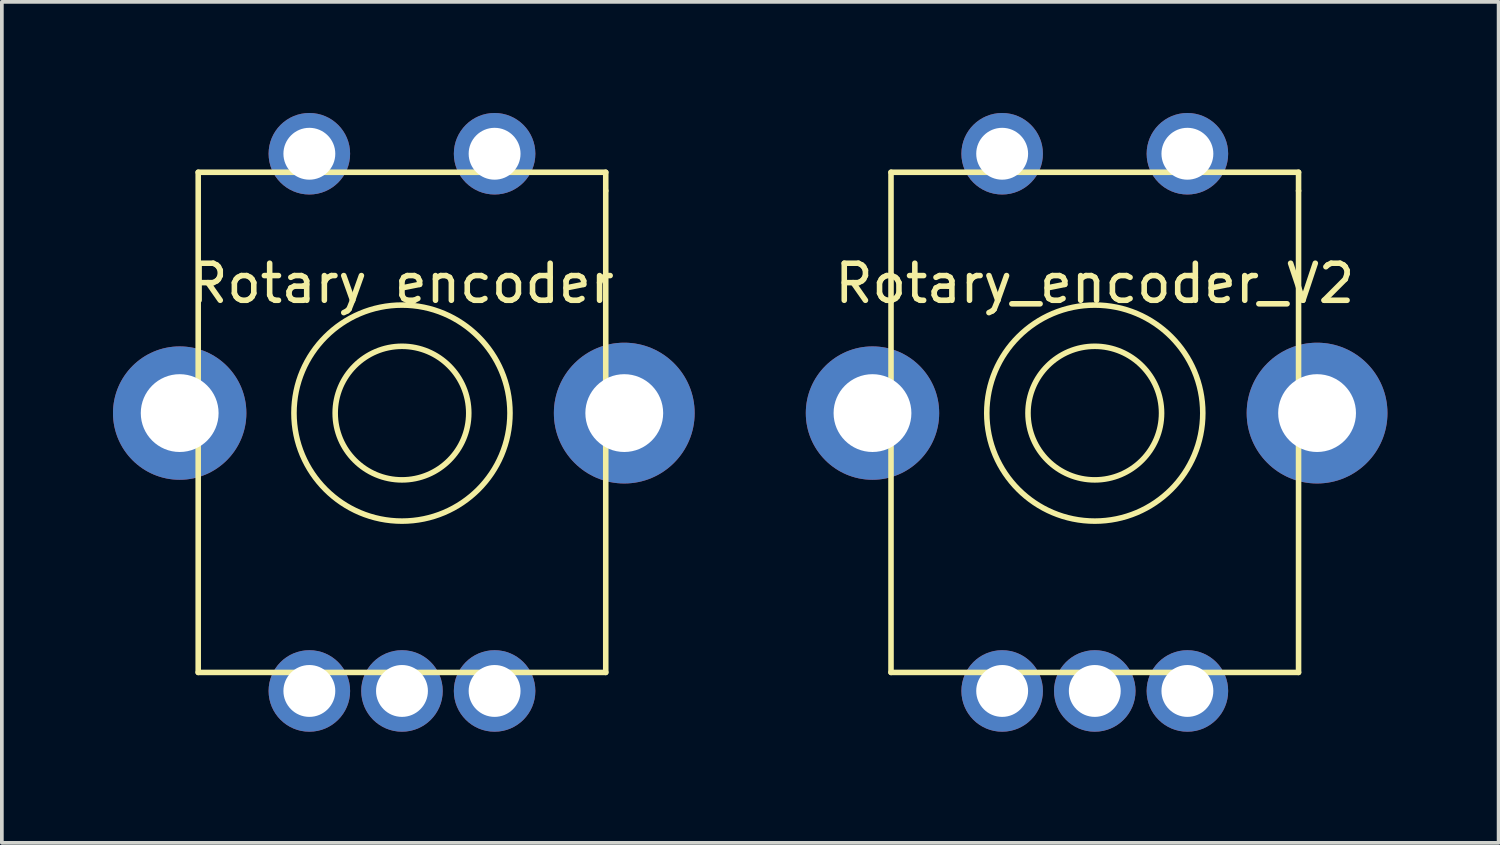
<source format=kicad_pcb>
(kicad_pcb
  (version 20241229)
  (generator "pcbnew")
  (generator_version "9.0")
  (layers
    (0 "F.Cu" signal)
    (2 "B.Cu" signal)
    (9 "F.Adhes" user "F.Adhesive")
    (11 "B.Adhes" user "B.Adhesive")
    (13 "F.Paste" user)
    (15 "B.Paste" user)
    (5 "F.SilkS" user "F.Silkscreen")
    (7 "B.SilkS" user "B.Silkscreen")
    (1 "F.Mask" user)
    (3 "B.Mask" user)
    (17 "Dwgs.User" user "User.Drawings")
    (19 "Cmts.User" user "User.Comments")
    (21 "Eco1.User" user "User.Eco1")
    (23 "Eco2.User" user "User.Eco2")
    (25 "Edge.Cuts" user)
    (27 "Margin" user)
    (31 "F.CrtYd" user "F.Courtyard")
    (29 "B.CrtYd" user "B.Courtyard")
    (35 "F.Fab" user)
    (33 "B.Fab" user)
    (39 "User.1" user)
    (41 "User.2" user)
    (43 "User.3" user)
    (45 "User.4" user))
  (footprint "Rotary encoder"
    (layer "F.Cu")
    (at 7.8 8.1)
    (property "Reference" "Rotary encoder" (at 0 -3.5 0) (layer "F.SilkS") (effects (font (size 1 1) (thickness 0.15))))
    (attr through_hole)
    (fp_line (start -5.5 -6.5) (end -5.5 7) (stroke (width 0.15) (type solid)) (layer "F.SilkS"))
    (fp_line (start -5.5 7) (end 5.5 7) (stroke (width 0.15) (type solid)) (layer "F.SilkS"))
    (fp_line (start 5.5 -6.5) (end -5.5 -6.5) (stroke (width 0.15) (type solid)) (layer "F.SilkS"))
    (fp_line (start 5.5 -6) (end 5.5 -6.5) (stroke (width 0.15) (type solid)) (layer "F.SilkS"))
    (fp_line (start 5.5 7) (end 5.5 -6) (stroke (width 0.15) (type solid)) (layer "F.SilkS"))
    (fp_circle (center 0 0) (end 1.5 -1) (stroke (width 0.15) (type solid)) (fill no) (layer "F.SilkS"))
    (fp_circle (center 0 0) (end 2.5 -1.5) (stroke (width 0.15) (type solid)) (fill no) (layer "F.SilkS"))
    (pad "5" thru_hole oval (at -6 0) (size 3.6 3.6) (drill oval 2.1) (layers "*.Cu" "*.Mask"))
    (pad "6" thru_hole oval (at 6 0) (size 3.8 3.8) (drill oval 2.1) (layers "*.Cu" "*.Mask"))
    (pad "7" thru_hole circle (at -2.5 -7) (size 2.2 2.2) (drill 1.4) (layers "*.Cu" "*.Mask"))
    (pad "8" thru_hole circle (at 2.5 -7) (size 2.2 2.2) (drill 1.4) (layers "*.Cu" "*.Mask"))
    (pad "9" thru_hole circle (at 0 7.5) (size 2.2 2.2) (drill 1.4) (layers "*.Cu" "*.Mask"))
    (pad "10" thru_hole circle (at -2.5 7.5) (size 2.2 2.2) (drill 1.4) (layers "*.Cu" "*.Mask"))
    (pad "11" thru_hole circle (at 2.5 7.5) (size 2.2 2.2) (drill 1.4) (layers "*.Cu" "*.Mask")))
  (footprint "Rotary_encoder_V2"
    (layer "F.Cu")
    (at 26.5 8.1)
    (property "Reference" "Rotary_encoder_V2" (at 0 -3.5 0) (layer "F.SilkS") (effects (font (size 1 1) (thickness 0.15))))
    (attr through_hole)
    (fp_line (start -5.5 -6.5) (end -5.5 7) (stroke (width 0.15) (type solid)) (layer "F.SilkS"))
    (fp_line (start -5.5 7) (end 5.5 7) (stroke (width 0.15) (type solid)) (layer "F.SilkS"))
    (fp_line (start 5.5 -6.5) (end -5.5 -6.5) (stroke (width 0.15) (type solid)) (layer "F.SilkS"))
    (fp_line (start 5.5 -6) (end 5.5 -6.5) (stroke (width 0.15) (type solid)) (layer "F.SilkS"))
    (fp_line (start 5.5 7) (end 5.5 -6) (stroke (width 0.15) (type solid)) (layer "F.SilkS"))
    (fp_circle (center 0 0) (end 1.5 -1) (stroke (width 0.15) (type solid)) (fill no) (layer "F.SilkS"))
    (fp_circle (center 0 0) (end 2.5 -1.5) (stroke (width 0.15) (type solid)) (fill no) (layer "F.SilkS"))
    (pad "" thru_hole oval (at -6 0) (size 3.6 3.6) (drill oval 2.1) (layers "*.Cu" "*.Mask"))
    (pad "" thru_hole oval (at 6 0) (size 3.8 3.8) (drill oval 2.1) (layers "*.Cu" "*.Mask"))
    (pad "1" thru_hole circle (at -2.5 7.5) (size 2.2 2.2) (drill 1.4) (layers "*.Cu" "*.Mask"))
    (pad "2" thru_hole circle (at 0 7.5) (size 2.2 2.2) (drill 1.4) (layers "*.Cu" "*.Mask"))
    (pad "3" thru_hole circle (at 2.5 7.5) (size 2.2 2.2) (drill 1.4) (layers "*.Cu" "*.Mask"))
    (pad "4" thru_hole circle (at -2.5 -7) (size 2.2 2.2) (drill 1.4) (layers "*.Cu" "*.Mask"))
    (pad "5" thru_hole circle (at 2.5 -7) (size 2.2 2.2) (drill 1.4) (layers "*.Cu" "*.Mask")))
  (gr_rect
    (start -3 -3)
    (end 37.4 19.7)
    (stroke (width 0.1) (type default))
    (fill no)
    (layer "Edge.Cuts")))
</source>
